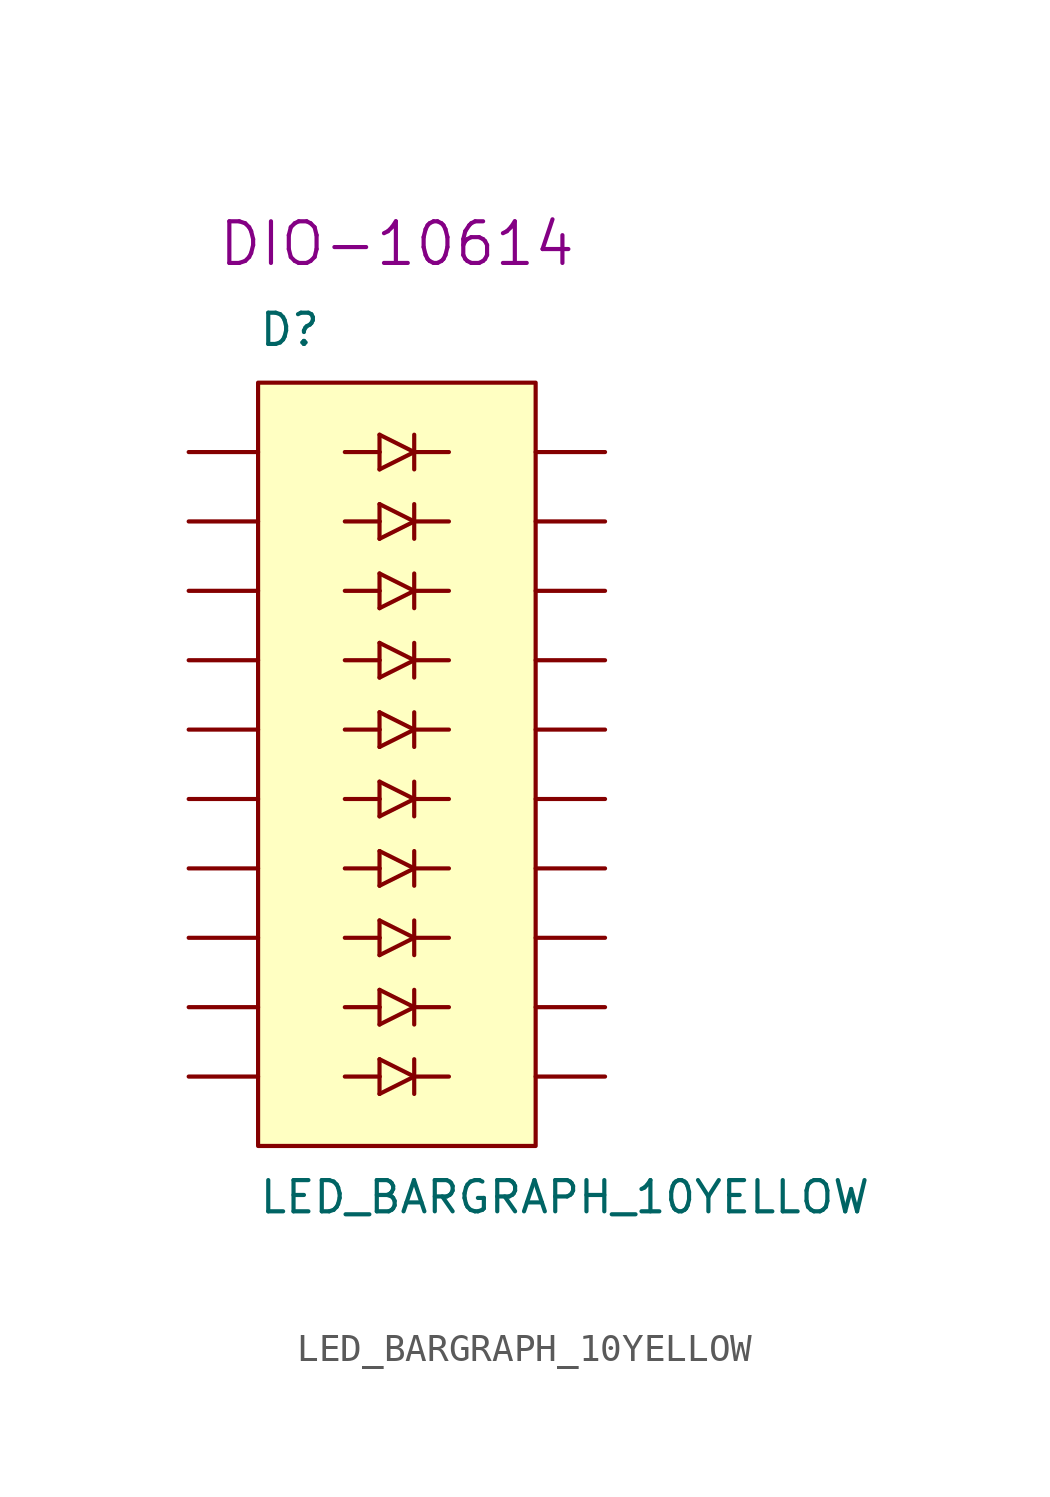
<source format=kicad_sym>
(kicad_symbol_lib
  (version 20220914)
  (generator kicad_symbol_editor)
  (symbol "LED_BARGRAPH_10YELLOW"
    (pin_numbers hide)
    (pin_names
      (offset 1.016) hide)
    (property "Reference" "D"
      (at -5.08 13.97 0)
      (effects (font (size 1.143 1.143)) (justify left bottom)))
    (property "Value" "LED_BARGRAPH_10YELLOW"
      (at -5.08 -17.78 0)
      (effects (font (size 1.143 1.143)) (justify left bottom)))
    (property "Field4" "DIO-10614"
      (at 0 17.78 0)
      (effects (font (size 1.524 1.524))))
    (property "ki_locked" ""
      (at 0 0 0)
      (effects (font (size 1.27 1.27))))
    (symbol "LED_BARGRAPH_10YELLOW_1_0"
      (polyline (pts (xy -1.905 -12.7) (xy -0.635 -12.7)) (stroke (width 0) (type solid)) (fill (type none)))
      (polyline (pts (xy -1.905 -10.16) (xy -0.635 -10.16)) (stroke (width 0) (type solid)) (fill (type none)))
      (polyline (pts (xy -1.905 -7.62) (xy -0.635 -7.62)) (stroke (width 0) (type solid)) (fill (type none)))
      (polyline (pts (xy -1.905 -5.08) (xy -0.635 -5.08)) (stroke (width 0) (type solid)) (fill (type none)))
      (polyline (pts (xy -1.905 -2.54) (xy -0.635 -2.54)) (stroke (width 0) (type solid)) (fill (type none)))
      (polyline (pts (xy -1.905 0) (xy -0.635 0)) (stroke (width 0) (type solid)) (fill (type none)))
      (polyline (pts (xy -1.905 2.54) (xy -0.635 2.54)) (stroke (width 0) (type solid)) (fill (type none)))
      (polyline (pts (xy -1.905 5.08) (xy -0.635 5.08)) (stroke (width 0) (type solid)) (fill (type none)))
      (polyline (pts (xy -1.905 7.62) (xy -0.635 7.62)) (stroke (width 0) (type solid)) (fill (type none)))
      (polyline (pts (xy -1.905 10.16) (xy -0.635 10.16)) (stroke (width 0) (type solid)) (fill (type none)))
      (polyline (pts (xy -0.635 -12.7) (xy -0.635 -13.335)) (stroke (width 0) (type solid)) (fill (type none)))
      (polyline (pts (xy -0.635 -12.065) (xy -0.635 -12.7)) (stroke (width 0) (type solid)) (fill (type none)))
      (polyline (pts (xy -0.635 -12.065) (xy 0.635 -12.7)) (stroke (width 0) (type solid)) (fill (type none)))
      (polyline (pts (xy -0.635 -10.16) (xy -0.635 -10.795)) (stroke (width 0) (type solid)) (fill (type none)))
      (polyline (pts (xy -0.635 -9.525) (xy -0.635 -10.16)) (stroke (width 0) (type solid)) (fill (type none)))
      (polyline (pts (xy -0.635 -9.525) (xy 0.635 -10.16)) (stroke (width 0) (type solid)) (fill (type none)))
      (polyline (pts (xy -0.635 -7.62) (xy -0.635 -8.255)) (stroke (width 0) (type solid)) (fill (type none)))
      (polyline (pts (xy -0.635 -6.985) (xy -0.635 -7.62)) (stroke (width 0) (type solid)) (fill (type none)))
      (polyline (pts (xy -0.635 -6.985) (xy 0.635 -7.62)) (stroke (width 0) (type solid)) (fill (type none)))
      (polyline (pts (xy -0.635 -5.08) (xy -0.635 -5.715)) (stroke (width 0) (type solid)) (fill (type none)))
      (polyline (pts (xy -0.635 -4.445) (xy -0.635 -5.08)) (stroke (width 0) (type solid)) (fill (type none)))
      (polyline (pts (xy -0.635 -4.445) (xy 0.635 -5.08)) (stroke (width 0) (type solid)) (fill (type none)))
      (polyline (pts (xy -0.635 -2.54) (xy -0.635 -3.175)) (stroke (width 0) (type solid)) (fill (type none)))
      (polyline (pts (xy -0.635 -1.905) (xy -0.635 -2.54)) (stroke (width 0) (type solid)) (fill (type none)))
      (polyline (pts (xy -0.635 -1.905) (xy 0.635 -2.54)) (stroke (width 0) (type solid)) (fill (type none)))
      (polyline (pts (xy -0.635 0) (xy -0.635 -0.635)) (stroke (width 0) (type solid)) (fill (type none)))
      (polyline (pts (xy -0.635 0.635) (xy -0.635 0)) (stroke (width 0) (type solid)) (fill (type none)))
      (polyline (pts (xy -0.635 0.635) (xy 0.635 0)) (stroke (width 0) (type solid)) (fill (type none)))
      (polyline (pts (xy -0.635 2.54) (xy -0.635 1.905)) (stroke (width 0) (type solid)) (fill (type none)))
      (polyline (pts (xy -0.635 3.175) (xy -0.635 2.54)) (stroke (width 0) (type solid)) (fill (type none)))
      (polyline (pts (xy -0.635 3.175) (xy 0.635 2.54)) (stroke (width 0) (type solid)) (fill (type none)))
      (polyline (pts (xy -0.635 5.08) (xy -0.635 4.445)) (stroke (width 0) (type solid)) (fill (type none)))
      (polyline (pts (xy -0.635 5.715) (xy -0.635 5.08)) (stroke (width 0) (type solid)) (fill (type none)))
      (polyline (pts (xy -0.635 5.715) (xy 0.635 5.08)) (stroke (width 0) (type solid)) (fill (type none)))
      (polyline (pts (xy -0.635 7.62) (xy -0.635 6.985)) (stroke (width 0) (type solid)) (fill (type none)))
      (polyline (pts (xy -0.635 8.255) (xy -0.635 7.62)) (stroke (width 0) (type solid)) (fill (type none)))
      (polyline (pts (xy -0.635 8.255) (xy 0.635 7.62)) (stroke (width 0) (type solid)) (fill (type none)))
      (polyline (pts (xy -0.635 10.16) (xy -0.635 9.525)) (stroke (width 0) (type solid)) (fill (type none)))
      (polyline (pts (xy -0.635 10.795) (xy -0.635 10.16)) (stroke (width 0) (type solid)) (fill (type none)))
      (polyline (pts (xy -0.635 10.795) (xy 0.635 10.16)) (stroke (width 0) (type solid)) (fill (type none)))
      (polyline (pts (xy 0.635 -12.7) (xy -0.635 -13.335)) (stroke (width 0) (type solid)) (fill (type none)))
      (polyline (pts (xy 0.635 -12.7) (xy 0.635 -13.335)) (stroke (width 0) (type solid)) (fill (type none)))
      (polyline (pts (xy 0.635 -12.7) (xy 1.905 -12.7)) (stroke (width 0) (type solid)) (fill (type none)))
      (polyline (pts (xy 0.635 -12.065) (xy 0.635 -12.7)) (stroke (width 0) (type solid)) (fill (type none)))
      (polyline (pts (xy 0.635 -10.16) (xy -0.635 -10.795)) (stroke (width 0) (type solid)) (fill (type none)))
      (polyline (pts (xy 0.635 -10.16) (xy 0.635 -10.795)) (stroke (width 0) (type solid)) (fill (type none)))
      (polyline (pts (xy 0.635 -10.16) (xy 1.905 -10.16)) (stroke (width 0) (type solid)) (fill (type none)))
      (polyline (pts (xy 0.635 -9.525) (xy 0.635 -10.16)) (stroke (width 0) (type solid)) (fill (type none)))
      (polyline (pts (xy 0.635 -7.62) (xy -0.635 -8.255)) (stroke (width 0) (type solid)) (fill (type none)))
      (polyline (pts (xy 0.635 -7.62) (xy 0.635 -8.255)) (stroke (width 0) (type solid)) (fill (type none)))
      (polyline (pts (xy 0.635 -7.62) (xy 1.905 -7.62)) (stroke (width 0) (type solid)) (fill (type none)))
      (polyline (pts (xy 0.635 -6.985) (xy 0.635 -7.62)) (stroke (width 0) (type solid)) (fill (type none)))
      (polyline (pts (xy 0.635 -5.08) (xy -0.635 -5.715)) (stroke (width 0) (type solid)) (fill (type none)))
      (polyline (pts (xy 0.635 -5.08) (xy 0.635 -5.715)) (stroke (width 0) (type solid)) (fill (type none)))
      (polyline (pts (xy 0.635 -5.08) (xy 1.905 -5.08)) (stroke (width 0) (type solid)) (fill (type none)))
      (polyline (pts (xy 0.635 -4.445) (xy 0.635 -5.08)) (stroke (width 0) (type solid)) (fill (type none)))
      (polyline (pts (xy 0.635 -2.54) (xy -0.635 -3.175)) (stroke (width 0) (type solid)) (fill (type none)))
      (polyline (pts (xy 0.635 -2.54) (xy 0.635 -3.175)) (stroke (width 0) (type solid)) (fill (type none)))
      (polyline (pts (xy 0.635 -2.54) (xy 1.905 -2.54)) (stroke (width 0) (type solid)) (fill (type none)))
      (polyline (pts (xy 0.635 -1.905) (xy 0.635 -2.54)) (stroke (width 0) (type solid)) (fill (type none)))
      (polyline (pts (xy 0.635 0) (xy -0.635 -0.635)) (stroke (width 0) (type solid)) (fill (type none)))
      (polyline (pts (xy 0.635 0) (xy 0.635 -0.635)) (stroke (width 0) (type solid)) (fill (type none)))
      (polyline (pts (xy 0.635 0) (xy 1.905 0)) (stroke (width 0) (type solid)) (fill (type none)))
      (polyline (pts (xy 0.635 0.635) (xy 0.635 0)) (stroke (width 0) (type solid)) (fill (type none)))
      (polyline (pts (xy 0.635 2.54) (xy -0.635 1.905)) (stroke (width 0) (type solid)) (fill (type none)))
      (polyline (pts (xy 0.635 2.54) (xy 0.635 1.905)) (stroke (width 0) (type solid)) (fill (type none)))
      (polyline (pts (xy 0.635 2.54) (xy 1.905 2.54)) (stroke (width 0) (type solid)) (fill (type none)))
      (polyline (pts (xy 0.635 3.175) (xy 0.635 2.54)) (stroke (width 0) (type solid)) (fill (type none)))
      (polyline (pts (xy 0.635 5.08) (xy -0.635 4.445)) (stroke (width 0) (type solid)) (fill (type none)))
      (polyline (pts (xy 0.635 5.08) (xy 0.635 4.445)) (stroke (width 0) (type solid)) (fill (type none)))
      (polyline (pts (xy 0.635 5.08) (xy 1.905 5.08)) (stroke (width 0) (type solid)) (fill (type none)))
      (polyline (pts (xy 0.635 5.715) (xy 0.635 5.08)) (stroke (width 0) (type solid)) (fill (type none)))
      (polyline (pts (xy 0.635 7.62) (xy -0.635 6.985)) (stroke (width 0) (type solid)) (fill (type none)))
      (polyline (pts (xy 0.635 7.62) (xy 0.635 6.985)) (stroke (width 0) (type solid)) (fill (type none)))
      (polyline (pts (xy 0.635 7.62) (xy 1.905 7.62)) (stroke (width 0) (type solid)) (fill (type none)))
      (polyline (pts (xy 0.635 8.255) (xy 0.635 7.62)) (stroke (width 0) (type solid)) (fill (type none)))
      (polyline (pts (xy 0.635 10.16) (xy -0.635 9.525)) (stroke (width 0) (type solid)) (fill (type none)))
      (polyline (pts (xy 0.635 10.16) (xy 0.635 9.525)) (stroke (width 0) (type solid)) (fill (type none)))
      (polyline (pts (xy 0.635 10.16) (xy 1.905 10.16)) (stroke (width 0) (type solid)) (fill (type none)))
      (polyline (pts (xy 0.635 10.795) (xy 0.635 10.16)) (stroke (width 0) (type solid)) (fill (type none))))
    (symbol "LED_BARGRAPH_10YELLOW_1_1"
      (polyline (pts (xy -5.08 12.7) (xy 5.08 12.7) (xy 5.08 -15.24) (xy -5.08 -15.24) (xy -5.08 12.7)) (stroke (width 0) (type solid)) (fill (type background)))
      (pin passive line (at -7.62 10.16 0) (length 2.54) (name "A" (effects (font (size 1.016 1.016)))) (number "1" (effects (font (size 1.016 1.016)))))
      (pin passive line (at -7.62 -12.7 0) (length 2.54) (name "A9" (effects (font (size 1.016 1.016)))) (number "10" (effects (font (size 1.016 1.016)))))
      (pin passive line (at 7.62 -12.7 180) (length 2.54) (name "C9" (effects (font (size 1.016 1.016)))) (number "11" (effects (font (size 1.016 1.016)))))
      (pin passive line (at 7.62 -10.16 180) (length 2.54) (name "C8" (effects (font (size 1.016 1.016)))) (number "12" (effects (font (size 1.016 1.016)))))
      (pin passive line (at 7.62 -7.62 180) (length 2.54) (name "C7" (effects (font (size 1.016 1.016)))) (number "13" (effects (font (size 1.016 1.016)))))
      (pin passive line (at 7.62 -5.08 180) (length 2.54) (name "C6" (effects (font (size 1.016 1.016)))) (number "14" (effects (font (size 1.016 1.016)))))
      (pin passive line (at 7.62 -2.54 180) (length 2.54) (name "C5" (effects (font (size 1.016 1.016)))) (number "15" (effects (font (size 1.016 1.016)))))
      (pin passive line (at 7.62 0 180) (length 2.54) (name "C4" (effects (font (size 1.016 1.016)))) (number "16" (effects (font (size 1.016 1.016)))))
      (pin passive line (at 7.62 2.54 180) (length 2.54) (name "C3" (effects (font (size 1.016 1.016)))) (number "17" (effects (font (size 1.016 1.016)))))
      (pin passive line (at 7.62 5.08 180) (length 2.54) (name "C2" (effects (font (size 1.016 1.016)))) (number "18" (effects (font (size 1.016 1.016)))))
      (pin passive line (at 7.62 7.62 180) (length 2.54) (name "C1" (effects (font (size 1.016 1.016)))) (number "19" (effects (font (size 1.016 1.016)))))
      (pin passive line (at -7.62 7.62 0) (length 2.54) (name "A1" (effects (font (size 1.016 1.016)))) (number "2" (effects (font (size 1.016 1.016)))))
      (pin passive line (at 7.62 10.16 180) (length 2.54) (name "C" (effects (font (size 1.016 1.016)))) (number "20" (effects (font (size 1.016 1.016)))))
      (pin passive line (at -7.62 5.08 0) (length 2.54) (name "A2" (effects (font (size 1.016 1.016)))) (number "3" (effects (font (size 1.016 1.016)))))
      (pin passive line (at -7.62 2.54 0) (length 2.54) (name "A3" (effects (font (size 1.016 1.016)))) (number "4" (effects (font (size 1.016 1.016)))))
      (pin passive line (at -7.62 0 0) (length 2.54) (name "A4" (effects (font (size 1.016 1.016)))) (number "5" (effects (font (size 1.016 1.016)))))
      (pin passive line (at -7.62 -2.54 0) (length 2.54) (name "A5" (effects (font (size 1.016 1.016)))) (number "6" (effects (font (size 1.016 1.016)))))
      (pin passive line (at -7.62 -5.08 0) (length 2.54) (name "A6" (effects (font (size 1.016 1.016)))) (number "7" (effects (font (size 1.016 1.016)))))
      (pin passive line (at -7.62 -7.62 0) (length 2.54) (name "A7" (effects (font (size 1.016 1.016)))) (number "8" (effects (font (size 1.016 1.016)))))
      (pin passive line (at -7.62 -10.16 0) (length 2.54) (name "A8" (effects (font (size 1.016 1.016)))) (number "9" (effects (font (size 1.016 1.016))))))))
</source>
